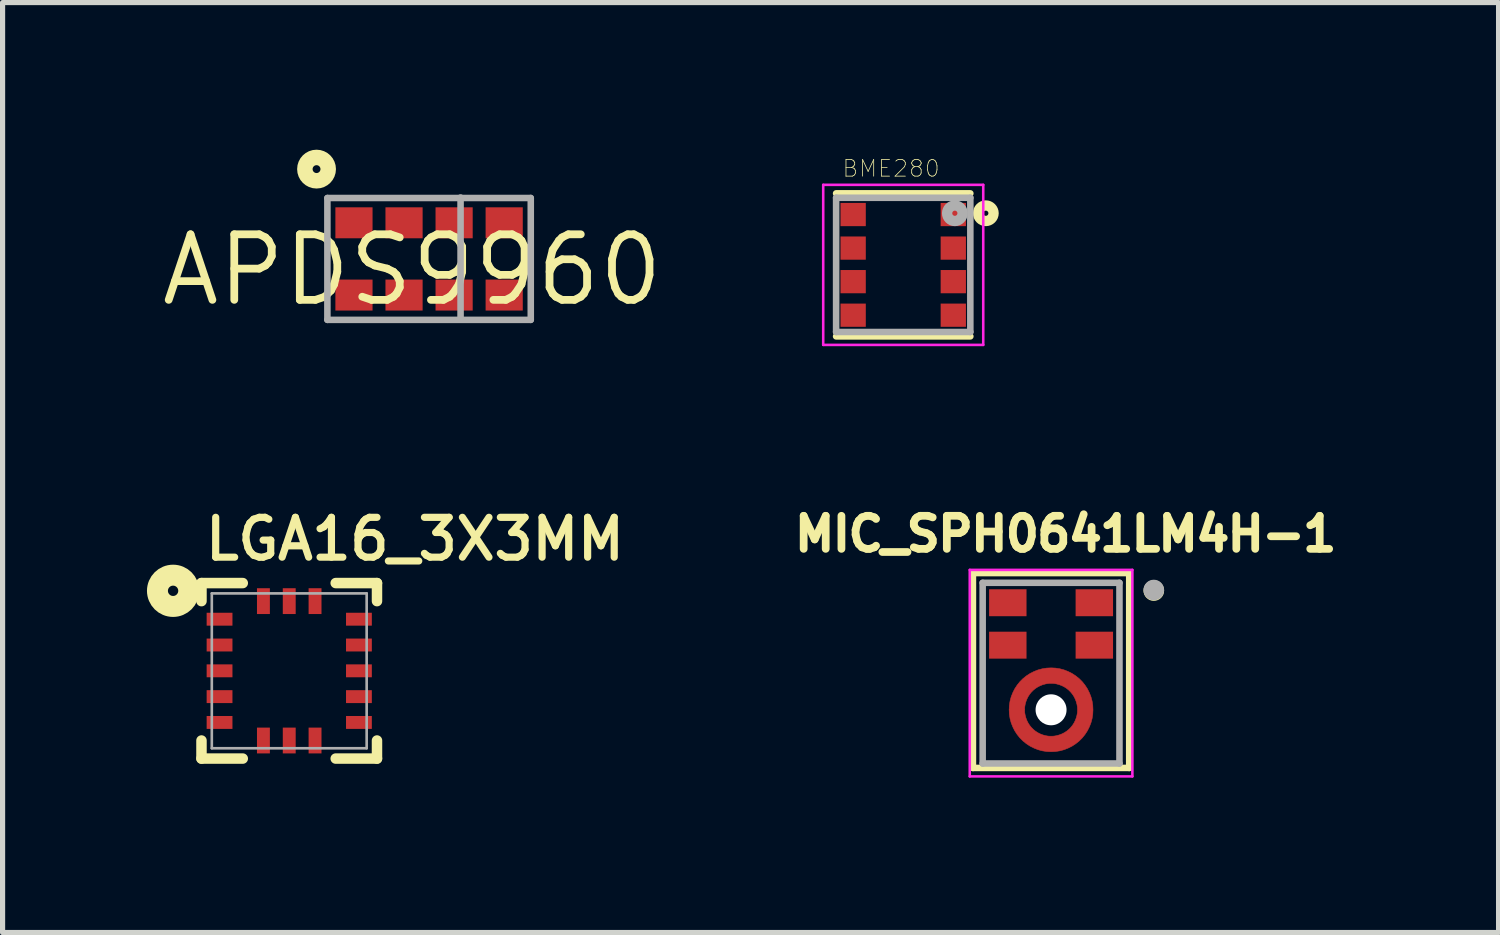
<source format=kicad_pcb>
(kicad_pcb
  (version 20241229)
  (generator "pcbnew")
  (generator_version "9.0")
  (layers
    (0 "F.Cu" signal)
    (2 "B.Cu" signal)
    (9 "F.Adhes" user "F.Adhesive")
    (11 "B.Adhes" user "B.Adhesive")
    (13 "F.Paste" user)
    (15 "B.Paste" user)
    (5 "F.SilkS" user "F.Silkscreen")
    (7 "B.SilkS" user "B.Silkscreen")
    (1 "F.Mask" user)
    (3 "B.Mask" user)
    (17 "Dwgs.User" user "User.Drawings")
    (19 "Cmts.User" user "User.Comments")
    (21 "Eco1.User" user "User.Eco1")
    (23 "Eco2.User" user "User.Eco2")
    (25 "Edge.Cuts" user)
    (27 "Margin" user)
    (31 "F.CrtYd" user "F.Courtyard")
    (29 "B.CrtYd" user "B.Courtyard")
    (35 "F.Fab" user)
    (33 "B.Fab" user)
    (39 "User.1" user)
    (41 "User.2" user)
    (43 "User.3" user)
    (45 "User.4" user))
  (footprint "APDS9960"
    (layer "F.Cu")
    (at 5.262 1.966)
    (property "Reference" "APDS9960" (at 4.61 -0.53 0) (layer "F.SilkS") (effects (font (size 1.27 1.27) (thickness 0.15)) (justify right top)))
    (attr through_hole)
    (fp_circle (center -2.18 -1.74) (end -2.11 -1.71) (stroke (width 0.3) (type solid)) (fill no) (layer "F.SilkS"))
    (fp_line (start -1.97 -1.18) (end 1.97 -1.18) (stroke (width 0.127) (type solid)) (layer "F.Fab"))
    (fp_line (start -1.97 1.18) (end -1.97 -1.18) (stroke (width 0.127) (type solid)) (layer "F.Fab"))
    (fp_line (start 0.61 1.15) (end 0.61 -1.19) (stroke (width 0.127) (type solid)) (layer "F.Fab"))
    (fp_line (start 1.97 -1.18) (end 1.97 1.18) (stroke (width 0.127) (type solid)) (layer "F.Fab"))
    (fp_line (start 1.97 1.18) (end -1.97 1.18) (stroke (width 0.127) (type solid)) (layer "F.Fab"))
    (pad "1" smd rect (at -1.455 -0.7 90) (size 0.6 0.72) (layers "F.Cu" "F.Mask" "F.Paste"))
    (pad "2" smd rect (at -0.485 -0.7 90) (size 0.6 0.72) (layers "F.Cu" "F.Mask" "F.Paste"))
    (pad "3" smd rect (at 0.485 -0.7 90) (size 0.6 0.72) (layers "F.Cu" "F.Mask" "F.Paste"))
    (pad "4" smd rect (at 1.455 -0.7 90) (size 0.6 0.72) (layers "F.Cu" "F.Mask" "F.Paste"))
    (pad "5" smd rect (at 1.455 0.7 90) (size 0.6 0.72) (layers "F.Cu" "F.Mask" "F.Paste"))
    (pad "6" smd rect (at 0.485 0.7 90) (size 0.6 0.72) (layers "F.Cu" "F.Mask" "F.Paste"))
    (pad "7" smd rect (at -0.485 0.7 90) (size 0.6 0.72) (layers "F.Cu" "F.Mask" "F.Paste"))
    (pad "8" smd rect (at -1.455 0.7 90) (size 0.6 0.72) (layers "F.Cu" "F.Mask" "F.Paste")))
  (footprint "BME280"
    (layer "F.Cu")
    (at 14.447 2.081)
    (property "Reference" "BME280" (at -0.235 -1.867 0) (layer "F.SilkS") (effects (font (size 0.322 0.322) (thickness 0.015))))
    (attr through_hole)
    (fp_line (start -1.3 -1.385) (end 1.3 -1.385) (stroke (width 0.127) (type solid)) (layer "F.SilkS"))
    (fp_line (start -1.3 1.385) (end 1.3 1.385) (stroke (width 0.127) (type solid)) (layer "F.SilkS"))
    (fp_circle (center 1.6 -1) (end 1.65 -1) (stroke (width 0.2) (type solid)) (fill no) (layer "F.SilkS"))
    (fp_line (start -1.55 -1.55) (end 1.55 -1.55) (stroke (width 0.05) (type solid)) (layer "F.CrtYd"))
    (fp_line (start -1.55 1.55) (end -1.55 -1.55) (stroke (width 0.05) (type solid)) (layer "F.CrtYd"))
    (fp_line (start 1.55 -1.55) (end 1.55 1.55) (stroke (width 0.05) (type solid)) (layer "F.CrtYd"))
    (fp_line (start 1.55 1.55) (end -1.55 1.55) (stroke (width 0.05) (type solid)) (layer "F.CrtYd"))
    (fp_line (start -1.3 -1.3) (end -1.3 1.3) (stroke (width 0.127) (type solid)) (layer "F.Fab"))
    (fp_line (start -1.3 1.3) (end 1.3 1.3) (stroke (width 0.127) (type solid)) (layer "F.Fab"))
    (fp_line (start 1.3 -1.3) (end -1.3 -1.3) (stroke (width 0.127) (type solid)) (layer "F.Fab"))
    (fp_line (start 1.3 1.3) (end 1.3 -1.3) (stroke (width 0.127) (type solid)) (layer "F.Fab"))
    (fp_circle (center 1 -1) (end 1.05 -1) (stroke (width 0.2) (type solid)) (fill no) (layer "F.Fab"))
    (pad "1" smd rect (at 0.97 -0.975) (size 0.49 0.45) (layers "F.Cu" "F.Mask" "F.Paste"))
    (pad "2" smd rect (at 0.97 -0.325) (size 0.49 0.45) (layers "F.Cu" "F.Mask" "F.Paste"))
    (pad "3" smd rect (at 0.97 0.325) (size 0.49 0.45) (layers "F.Cu" "F.Mask" "F.Paste"))
    (pad "4" smd rect (at 0.97 0.975) (size 0.49 0.45) (layers "F.Cu" "F.Mask" "F.Paste"))
    (pad "5" smd rect (at -0.97 0.975) (size 0.49 0.45) (layers "F.Cu" "F.Mask" "F.Paste"))
    (pad "6" smd rect (at -0.97 0.325) (size 0.49 0.45) (layers "F.Cu" "F.Mask" "F.Paste"))
    (pad "7" smd rect (at -0.97 -0.325) (size 0.49 0.45) (layers "F.Cu" "F.Mask" "F.Paste"))
    (pad "8" smd rect (at -0.97 -0.975) (size 0.49 0.45) (layers "F.Cu" "F.Mask" "F.Paste")))
  (footprint "LGA16_3X3MM"
    (layer "F.Cu")
    (at 2.553 9.945)
    (property "Reference" "LGA16_3X3MM" (at -1.7 -2.1 0) (layer "F.SilkS") (effects (font (size 0.772 0.772) (thickness 0.139)) (justify left bottom)))
    (attr through_hole)
    (fp_line (start -1.7 -1.7) (end -1.7 -1.35) (stroke (width 0.203) (type solid)) (layer "F.SilkS"))
    (fp_line (start -1.7 1.7) (end -1.7 1.35) (stroke (width 0.203) (type solid)) (layer "F.SilkS"))
    (fp_line (start -0.9 -1.7) (end -1.7 -1.7) (stroke (width 0.203) (type solid)) (layer "F.SilkS"))
    (fp_line (start -0.9 1.7) (end -1.7 1.7) (stroke (width 0.203) (type solid)) (layer "F.SilkS"))
    (fp_line (start 0.9 -1.7) (end 1.7 -1.7) (stroke (width 0.203) (type solid)) (layer "F.SilkS"))
    (fp_line (start 1.7 -1.7) (end 1.7 -1.35) (stroke (width 0.203) (type solid)) (layer "F.SilkS"))
    (fp_line (start 1.7 1.35) (end 1.7 1.7) (stroke (width 0.203) (type solid)) (layer "F.SilkS"))
    (fp_line (start 1.7 1.7) (end 0.9 1.7) (stroke (width 0.203) (type solid)) (layer "F.SilkS"))
    (fp_circle (center -2.25 -1.55) (end -2.15 -1.55) (stroke (width 0.406) (type solid)) (fill no) (layer "F.SilkS"))
    (fp_line (start -1.5 -1.5) (end 1.5 -1.5) (stroke (width 0.051) (type solid)) (layer "F.Fab"))
    (fp_line (start -1.5 1.5) (end -1.5 -1.5) (stroke (width 0.051) (type solid)) (layer "F.Fab"))
    (fp_line (start 1.5 -1.5) (end 1.5 1.5) (stroke (width 0.051) (type solid)) (layer "F.Fab"))
    (fp_line (start 1.5 1.5) (end -1.5 1.5) (stroke (width 0.051) (type solid)) (layer "F.Fab"))
    (pad "1" smd rect (at -1.35 -1) (size 0.5 0.25) (layers "F.Cu" "F.Mask" "F.Paste"))
    (pad "2" smd rect (at -1.35 -0.5) (size 0.5 0.25) (layers "F.Cu" "F.Mask" "F.Paste"))
    (pad "3" smd rect (at -1.35 0) (size 0.5 0.25) (layers "F.Cu" "F.Mask" "F.Paste"))
    (pad "4" smd rect (at -1.35 0.5) (size 0.5 0.25) (layers "F.Cu" "F.Mask" "F.Paste"))
    (pad "5" smd rect (at -1.35 1) (size 0.5 0.25) (layers "F.Cu" "F.Mask" "F.Paste"))
    (pad "6" smd rect (at -0.5 1.35 90) (size 0.5 0.25) (layers "F.Cu" "F.Mask" "F.Paste"))
    (pad "7" smd rect (at 0 1.35 90) (size 0.5 0.25) (layers "F.Cu" "F.Mask" "F.Paste"))
    (pad "8" smd rect (at 0.5 1.35 90) (size 0.5 0.25) (layers "F.Cu" "F.Mask" "F.Paste"))
    (pad "9" smd rect (at 1.35 1 180) (size 0.5 0.25) (layers "F.Cu" "F.Mask" "F.Paste"))
    (pad "10" smd rect (at 1.35 0.5 180) (size 0.5 0.25) (layers "F.Cu" "F.Mask" "F.Paste"))
    (pad "11" smd rect (at 1.35 0 180) (size 0.5 0.25) (layers "F.Cu" "F.Mask" "F.Paste"))
    (pad "12" smd rect (at 1.35 -0.5 180) (size 0.5 0.25) (layers "F.Cu" "F.Mask" "F.Paste"))
    (pad "13" smd rect (at 1.35 -1 180) (size 0.5 0.25) (layers "F.Cu" "F.Mask" "F.Paste"))
    (pad "14" smd rect (at 0.5 -1.35 270) (size 0.5 0.25) (layers "F.Cu" "F.Mask" "F.Paste"))
    (pad "15" smd rect (at 0 -1.35 270) (size 0.5 0.25) (layers "F.Cu" "F.Mask" "F.Paste"))
    (pad "16" smd rect (at -0.5 -1.35 270) (size 0.5 0.25) (layers "F.Cu" "F.Mask" "F.Paste")))
  (footprint "MIC_SPH0641LM4H-1"
    (layer "F.Cu")
    (at 17.311 10.7)
    (property "Reference" "MIC_SPH0641LM4H-1" (at 0.282 -3.406 0) (layer "F.SilkS") (effects (font (size 0.64 0.64) (thickness 0.15))))
    (attr through_hole)
    (fp_poly (pts (xy 0 0.512) (xy 0.054 0.51) (xy 0.107 0.501) (xy 0.158 0.487) (xy 0.208 0.468) (xy 0.256 0.444) (xy 0.301 0.415) (xy 0.343 0.381) (xy 0.381 0.343) (xy 0.415 0.301) (xy 0.444 0.256) (xy 0.468 0.208) (xy 0.487 0.158) (xy 0.501 0.107) (xy 0.51 0.054) (xy 0.512 0) (xy 0.51 -0.054) (xy 0.501 -0.107) (xy 0.487 -0.158) (xy 0.468 -0.208) (xy 0.444 -0.256) (xy 0.415 -0.301) (xy 0.381 -0.343) (xy 0.343 -0.381) (xy 0.301 -0.415) (xy 0.256 -0.444) (xy 0.208 -0.468) (xy 0.158 -0.487) (xy 0.107 -0.501) (xy 0.054 -0.51) (xy 0 -0.512) (xy 0 -0.812) (xy 0.085 -0.808) (xy 0.169 -0.795) (xy 0.251 -0.773) (xy 0.33 -0.742) (xy 0.406 -0.704) (xy 0.478 -0.657) (xy 0.544 -0.604) (xy 0.604 -0.544) (xy 0.657 -0.478) (xy 0.704 -0.406) (xy 0.742 -0.33) (xy 0.773 -0.251) (xy 0.795 -0.169) (xy 0.808 -0.085) (xy 0.812 0) (xy 0.808 0.085) (xy 0.795 0.169) (xy 0.773 0.251) (xy 0.742 0.33) (xy 0.704 0.406) (xy 0.657 0.478) (xy 0.604 0.544) (xy 0.544 0.604) (xy 0.478 0.657) (xy 0.406 0.704) (xy 0.33 0.742) (xy 0.251 0.773) (xy 0.169 0.795) (xy 0.085 0.808) (xy 0 0.812) (xy -0.085 0.808) (xy -0.169 0.795) (xy -0.251 0.773) (xy -0.33 0.742) (xy -0.406 0.704) (xy -0.478 0.657) (xy -0.544 0.604) (xy -0.604 0.544) (xy -0.657 0.478) (xy -0.704 0.406) (xy -0.742 0.33) (xy -0.773 0.251) (xy -0.795 0.169) (xy -0.808 0.085) (xy -0.812 0) (xy -0.808 -0.085) (xy -0.795 -0.169) (xy -0.773 -0.251) (xy -0.742 -0.33) (xy -0.704 -0.406) (xy -0.657 -0.478) (xy -0.604 -0.544) (xy -0.544 -0.604) (xy -0.478 -0.657) (xy -0.406 -0.704) (xy -0.33 -0.742) (xy -0.251 -0.773) (xy -0.169 -0.795) (xy -0.085 -0.808) (xy 0 -0.812) (xy 0 -0.512) (xy -0.054 -0.51) (xy -0.107 -0.501) (xy -0.158 -0.487) (xy -0.208 -0.468) (xy -0.256 -0.444) (xy -0.301 -0.415) (xy -0.343 -0.381) (xy -0.381 -0.343) (xy -0.415 -0.301) (xy -0.444 -0.256) (xy -0.468 -0.208) (xy -0.487 -0.158) (xy -0.501 -0.107) (xy -0.51 -0.054) (xy -0.512 0) (xy -0.51 0.054) (xy -0.501 0.107) (xy -0.487 0.158) (xy -0.468 0.208) (xy -0.444 0.256) (xy -0.415 0.301) (xy -0.381 0.343) (xy -0.343 0.381) (xy -0.301 0.415) (xy -0.256 0.444) (xy -0.208 0.468) (xy -0.158 0.487) (xy -0.107 0.501) (xy -0.054 0.51) (xy 0 0.512)) (stroke (width 0.01) (type solid)) (fill yes) (layer "F.Cu"))
    (fp_circle (center 0 0) (end 0.456 0) (stroke (width 0.912) (type solid)) (fill no) (layer "F.Mask"))
    (fp_line (start -1.514 -2.649) (end -1.514 1.126) (stroke (width 0.127) (type solid)) (layer "F.SilkS"))
    (fp_line (start -1.514 1.126) (end 1.514 1.126) (stroke (width 0.127) (type solid)) (layer "F.SilkS"))
    (fp_line (start 1.514 -2.649) (end -1.514 -2.649) (stroke (width 0.127) (type solid)) (layer "F.SilkS"))
    (fp_line (start 1.514 1.126) (end 1.514 -2.649) (stroke (width 0.127) (type solid)) (layer "F.SilkS"))
    (fp_circle (center 1.99 -2.31) (end 2.09 -2.31) (stroke (width 0.2) (type solid)) (fill no) (layer "F.SilkS"))
    (fp_poly (pts (xy -0.426 0.285) (xy -0.439 0.264) (xy -0.449 0.247) (xy -0.458 0.229) (xy -0.466 0.211) (xy -0.474 0.193) (xy -0.481 0.175) (xy -0.488 0.156) (xy -0.493 0.137) (xy -0.498 0.118) (xy -0.502 0.098) (xy -0.506 0.079) (xy -0.508 0.059) (xy -0.51 0.04) (xy -0.511 0.02) (xy -0.512 0) (xy -0.511 -0.02) (xy -0.51 -0.04) (xy -0.508 -0.059) (xy -0.506 -0.079) (xy -0.502 -0.098) (xy -0.498 -0.118) (xy -0.493 -0.137) (xy -0.488 -0.156) (xy -0.481 -0.175) (xy -0.474 -0.193) (xy -0.466 -0.211) (xy -0.458 -0.229) (xy -0.449 -0.247) (xy -0.439 -0.264) (xy -0.426 -0.285) (xy -0.638 -0.497) (xy -0.664 -0.463) (xy -0.683 -0.434) (xy -0.702 -0.404) (xy -0.719 -0.373) (xy -0.735 -0.341) (xy -0.749 -0.309) (xy -0.762 -0.276) (xy -0.774 -0.243) (xy -0.784 -0.209) (xy -0.792 -0.175) (xy -0.799 -0.14) (xy -0.805 -0.106) (xy -0.809 -0.07) (xy -0.811 -0.035) (xy -0.812 0) (xy -0.811 0.035) (xy -0.809 0.07) (xy -0.805 0.106) (xy -0.799 0.14) (xy -0.792 0.175) (xy -0.784 0.209) (xy -0.774 0.243) (xy -0.762 0.276) (xy -0.749 0.309) (xy -0.735 0.341) (xy -0.719 0.373) (xy -0.702 0.404) (xy -0.683 0.434) (xy -0.664 0.463) (xy -0.638 0.497) (xy -0.426 0.285)) (stroke (width 0.01) (type solid)) (fill yes) (layer "F.Paste"))
    (fp_poly (pts (xy -0.285 -0.426) (xy -0.271 -0.434) (xy -0.254 -0.445) (xy -0.237 -0.454) (xy -0.218 -0.463) (xy -0.2 -0.471) (xy -0.181 -0.479) (xy -0.162 -0.485) (xy -0.143 -0.491) (xy -0.124 -0.497) (xy -0.104 -0.501) (xy -0.085 -0.505) (xy -0.065 -0.508) (xy -0.045 -0.51) (xy -0.025 -0.511) (xy -0.004 -0.512) (xy 0.016 -0.511) (xy 0.036 -0.51) (xy 0.056 -0.509) (xy 0.076 -0.506) (xy 0.095 -0.503) (xy 0.115 -0.499) (xy 0.135 -0.494) (xy 0.154 -0.488) (xy 0.173 -0.482) (xy 0.192 -0.475) (xy 0.21 -0.467) (xy 0.228 -0.458) (xy 0.246 -0.449) (xy 0.264 -0.439) (xy 0.285 -0.426) (xy 0.497 -0.638) (xy 0.474 -0.656) (xy 0.444 -0.677) (xy 0.413 -0.696) (xy 0.382 -0.714) (xy 0.35 -0.731) (xy 0.317 -0.746) (xy 0.283 -0.76) (xy 0.249 -0.772) (xy 0.215 -0.782) (xy 0.18 -0.791) (xy 0.144 -0.799) (xy 0.108 -0.804) (xy 0.072 -0.808) (xy 0.036 -0.811) (xy 0 -0.812) (xy -0.036 -0.811) (xy -0.072 -0.808) (xy -0.108 -0.804) (xy -0.144 -0.799) (xy -0.18 -0.791) (xy -0.215 -0.782) (xy -0.249 -0.772) (xy -0.283 -0.76) (xy -0.317 -0.746) (xy -0.35 -0.731) (xy -0.382 -0.714) (xy -0.413 -0.696) (xy -0.444 -0.677) (xy -0.474 -0.656) (xy -0.497 -0.638) (xy -0.285 -0.426)) (stroke (width 0.01) (type solid)) (fill yes) (layer "F.Paste"))
    (fp_poly (pts (xy 0.285 0.426) (xy 0.264 0.439) (xy 0.246 0.449) (xy 0.228 0.458) (xy 0.21 0.467) (xy 0.192 0.475) (xy 0.173 0.482) (xy 0.154 0.488) (xy 0.135 0.494) (xy 0.115 0.499) (xy 0.095 0.503) (xy 0.076 0.506) (xy 0.056 0.509) (xy 0.036 0.51) (xy 0.016 0.511) (xy -0.004 0.512) (xy -0.025 0.511) (xy -0.045 0.51) (xy -0.065 0.508) (xy -0.085 0.505) (xy -0.104 0.501) (xy -0.124 0.497) (xy -0.143 0.491) (xy -0.162 0.485) (xy -0.181 0.479) (xy -0.2 0.471) (xy -0.218 0.463) (xy -0.237 0.454) (xy -0.254 0.445) (xy -0.271 0.434) (xy -0.285 0.426) (xy -0.497 0.638) (xy -0.474 0.656) (xy -0.444 0.677) (xy -0.413 0.696) (xy -0.382 0.714) (xy -0.35 0.731) (xy -0.317 0.746) (xy -0.283 0.76) (xy -0.249 0.772) (xy -0.215 0.782) (xy -0.18 0.791) (xy -0.144 0.799) (xy -0.108 0.804) (xy -0.072 0.808) (xy -0.036 0.811) (xy 0 0.812) (xy 0.036 0.811) (xy 0.072 0.808) (xy 0.108 0.804) (xy 0.144 0.799) (xy 0.18 0.791) (xy 0.215 0.782) (xy 0.249 0.772) (xy 0.283 0.76) (xy 0.317 0.746) (xy 0.35 0.731) (xy 0.382 0.714) (xy 0.413 0.696) (xy 0.444 0.677) (xy 0.474 0.656) (xy 0.497 0.638) (xy 0.285 0.426)) (stroke (width 0.01) (type solid)) (fill yes) (layer "F.Paste"))
    (fp_poly (pts (xy 0.426 -0.285) (xy 0.435 -0.271) (xy 0.445 -0.254) (xy 0.455 -0.236) (xy 0.464 -0.217) (xy 0.472 -0.199) (xy 0.479 -0.18) (xy 0.486 -0.16) (xy 0.492 -0.141) (xy 0.497 -0.121) (xy 0.502 -0.101) (xy 0.505 -0.081) (xy 0.508 -0.061) (xy 0.51 -0.041) (xy 0.511 -0.02) (xy 0.512 0) (xy 0.511 0.02) (xy 0.51 0.041) (xy 0.508 0.061) (xy 0.505 0.081) (xy 0.502 0.101) (xy 0.497 0.121) (xy 0.492 0.141) (xy 0.486 0.16) (xy 0.479 0.18) (xy 0.472 0.199) (xy 0.464 0.217) (xy 0.455 0.236) (xy 0.445 0.254) (xy 0.435 0.271) (xy 0.426 0.285) (xy 0.638 0.497) (xy 0.656 0.474) (xy 0.677 0.444) (xy 0.696 0.413) (xy 0.714 0.382) (xy 0.731 0.35) (xy 0.746 0.317) (xy 0.76 0.283) (xy 0.772 0.249) (xy 0.782 0.215) (xy 0.791 0.18) (xy 0.799 0.144) (xy 0.804 0.108) (xy 0.808 0.072) (xy 0.811 0.036) (xy 0.812 0) (xy 0.811 -0.036) (xy 0.808 -0.072) (xy 0.804 -0.108) (xy 0.799 -0.144) (xy 0.791 -0.18) (xy 0.782 -0.215) (xy 0.772 -0.249) (xy 0.76 -0.283) (xy 0.746 -0.317) (xy 0.731 -0.35) (xy 0.714 -0.382) (xy 0.696 -0.413) (xy 0.677 -0.444) (xy 0.656 -0.474) (xy 0.638 -0.497) (xy 0.426 -0.285)) (stroke (width 0.01) (type solid)) (fill yes) (layer "F.Paste"))
    (fp_line (start -1.575 -2.71) (end -1.575 1.29) (stroke (width 0.05) (type solid)) (layer "F.CrtYd"))
    (fp_line (start -1.575 1.29) (end 1.575 1.29) (stroke (width 0.05) (type solid)) (layer "F.CrtYd"))
    (fp_line (start 1.575 -2.71) (end -1.575 -2.71) (stroke (width 0.05) (type solid)) (layer "F.CrtYd"))
    (fp_line (start 1.575 1.29) (end 1.575 -2.71) (stroke (width 0.05) (type solid)) (layer "F.CrtYd"))
    (fp_line (start -1.325 -2.46) (end -1.325 1.04) (stroke (width 0.127) (type solid)) (layer "F.Fab"))
    (fp_line (start -1.325 1.04) (end 1.325 1.04) (stroke (width 0.127) (type solid)) (layer "F.Fab"))
    (fp_line (start 1.325 -2.46) (end -1.325 -2.46) (stroke (width 0.127) (type solid)) (layer "F.Fab"))
    (fp_line (start 1.325 1.04) (end 1.325 -2.46) (stroke (width 0.127) (type solid)) (layer "F.Fab"))
    (fp_circle (center 1.99 -2.32) (end 2.09 -2.32) (stroke (width 0.2) (type solid)) (fill no) (layer "F.Fab"))
    (pad "" np_thru_hole circle (at 0 0) (size 0.6 0.6) (drill 0.6) (layers "*.Cu" "*.Mask"))
    (pad "1" smd rect (at -0.838 -2.074) (size 0.725 0.522) (layers "F.Cu" "F.Mask" "F.Paste"))
    (pad "2" smd rect (at -0.838 -1.252) (size 0.725 0.522) (layers "F.Cu" "F.Mask" "F.Paste"))
    (pad "3" smd rect (at -0.662 0) (size 0.1 0.1) (layers "F.Cu"))
    (pad "4" smd rect (at 0.838 -1.252) (size 0.725 0.522) (layers "F.Cu" "F.Mask" "F.Paste"))
    (pad "5" smd rect (at 0.838 -2.074) (size 0.725 0.522) (layers "F.Cu" "F.Mask" "F.Paste")))
  (gr_rect
    (start -3 -3)
    (end 25.98 15.015)
    (stroke (width 0.1) (type default))
    (fill no)
    (layer "Edge.Cuts")))
</source>
